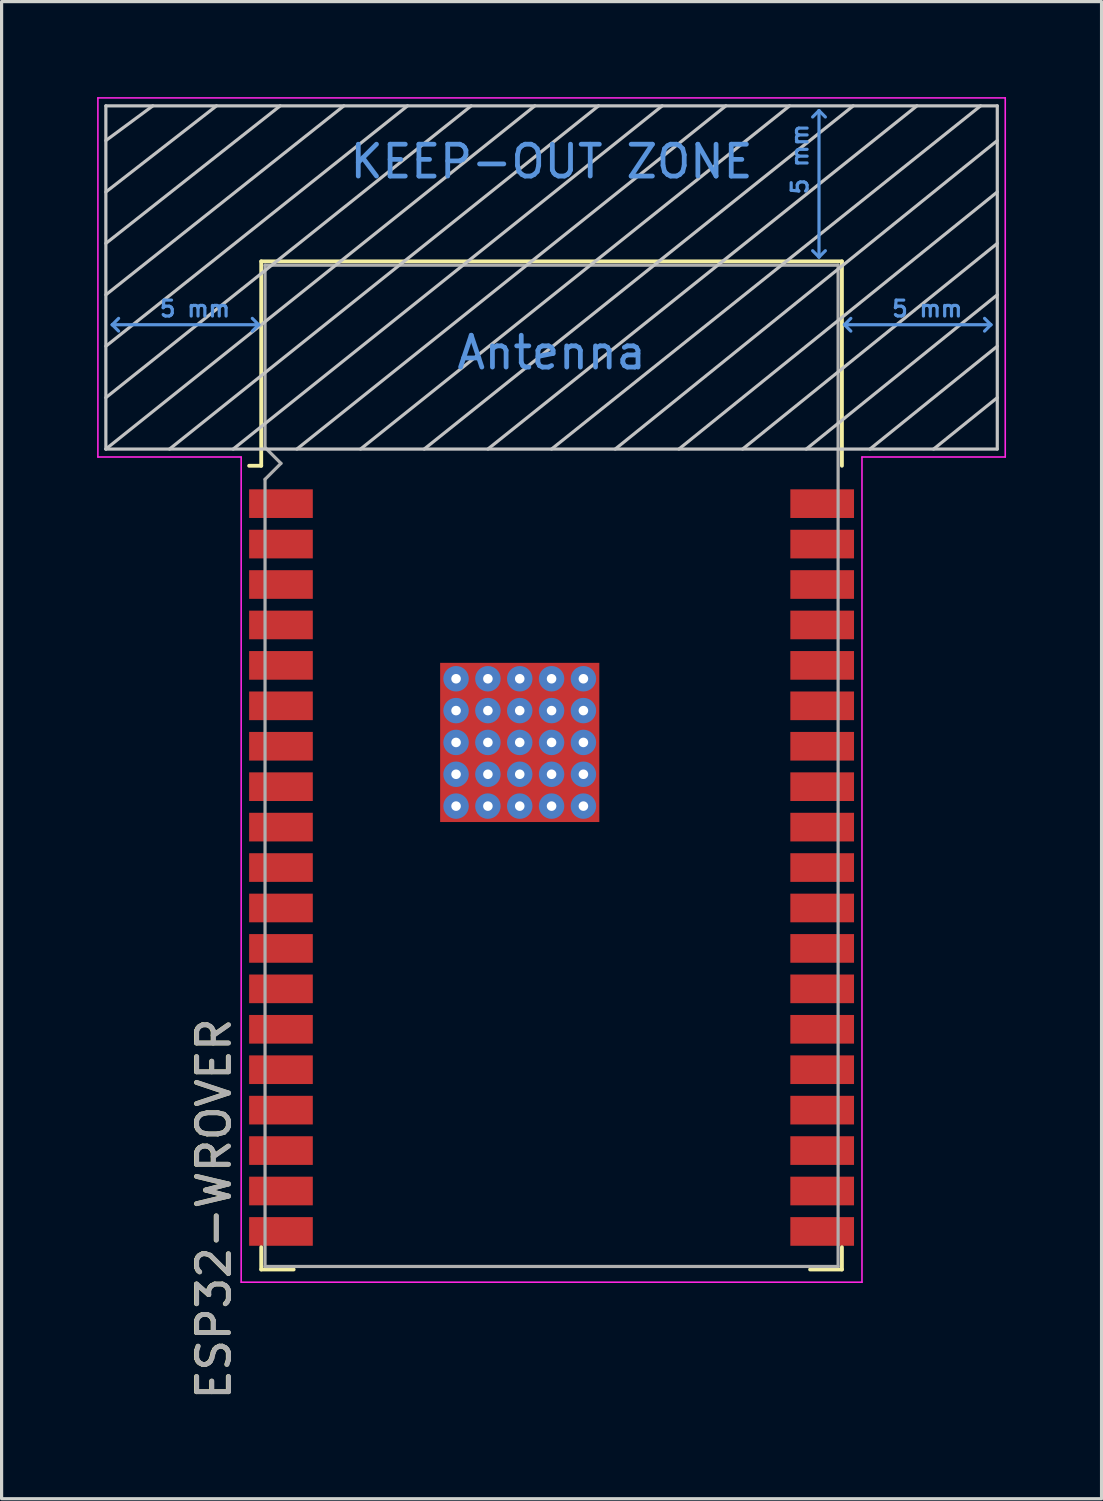
<source format=kicad_pcb>
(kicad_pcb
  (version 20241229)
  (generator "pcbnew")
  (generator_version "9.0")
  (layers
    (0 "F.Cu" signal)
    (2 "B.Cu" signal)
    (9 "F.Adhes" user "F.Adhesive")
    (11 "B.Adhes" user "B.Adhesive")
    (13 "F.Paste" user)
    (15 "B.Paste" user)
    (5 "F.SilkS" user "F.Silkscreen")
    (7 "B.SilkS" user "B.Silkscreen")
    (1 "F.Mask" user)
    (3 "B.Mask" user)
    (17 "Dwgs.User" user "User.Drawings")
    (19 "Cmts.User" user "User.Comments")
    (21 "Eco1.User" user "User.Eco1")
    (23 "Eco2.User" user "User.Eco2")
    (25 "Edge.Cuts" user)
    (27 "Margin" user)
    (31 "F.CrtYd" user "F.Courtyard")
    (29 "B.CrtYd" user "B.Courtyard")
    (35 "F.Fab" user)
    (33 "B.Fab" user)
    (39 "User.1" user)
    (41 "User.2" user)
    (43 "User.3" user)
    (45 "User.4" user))
  (footprint "ESP32-WROVER"
    (layer "F.Cu")
    (at 14.275 21.025)
    (property "Reference" "ESP32-WROVER" (at -10.61 13.9 90) (layer "F.SilkS") (effects (font (size 1 1) (thickness 0.15))))
    (attr smd)
    (fp_line (start -9.12 -15.865) (end -9.12 -9.445) (stroke (width 0.12) (type solid)) (layer "F.SilkS"))
    (fp_line (start -9.12 -15.865) (end 9.12 -15.865) (stroke (width 0.12) (type solid)) (layer "F.SilkS"))
    (fp_line (start -9.12 -9.445) (end -9.5 -9.445) (stroke (width 0.12) (type solid)) (layer "F.SilkS"))
    (fp_line (start -9.12 15.1) (end -9.12 15.8) (stroke (width 0.12) (type solid)) (layer "F.SilkS"))
    (fp_line (start -9.12 15.8) (end -8.1 15.8) (stroke (width 0.12) (type solid)) (layer "F.SilkS"))
    (fp_line (start 9.12 -15.865) (end 9.12 -9.445) (stroke (width 0.12) (type solid)) (layer "F.SilkS"))
    (fp_line (start 9.12 15.1) (end 9.12 15.8) (stroke (width 0.12) (type solid)) (layer "F.SilkS"))
    (fp_line (start 9.12 15.8) (end 8.12 15.8) (stroke (width 0.12) (type solid)) (layer "F.SilkS"))
    (fp_line (start -14 -9.97) (end -14 -20.75) (stroke (width 0.1) (type solid)) (layer "Dwgs.User"))
    (fp_line (start -12.525 -20.75) (end -14 -19.66) (stroke (width 0.1) (type solid)) (layer "Dwgs.User"))
    (fp_line (start -10.525 -20.75) (end -14 -18.045) (stroke (width 0.1) (type solid)) (layer "Dwgs.User"))
    (fp_line (start -8.525 -20.75) (end -14 -16.43) (stroke (width 0.1) (type solid)) (layer "Dwgs.User"))
    (fp_line (start -8 -9.97) (end 5.475 -20.75) (stroke (width 0.1) (type solid)) (layer "Dwgs.User"))
    (fp_line (start -6.525 -20.75) (end -14 -14.815) (stroke (width 0.1) (type solid)) (layer "Dwgs.User"))
    (fp_line (start -4.525 -20.75) (end -14 -13.2) (stroke (width 0.1) (type solid)) (layer "Dwgs.User"))
    (fp_line (start -2.525 -20.75) (end -14 -11.585) (stroke (width 0.1) (type solid)) (layer "Dwgs.User"))
    (fp_line (start -0.525 -20.75) (end -14 -9.97) (stroke (width 0.1) (type solid)) (layer "Dwgs.User"))
    (fp_line (start 1.475 -20.75) (end -12 -9.97) (stroke (width 0.1) (type solid)) (layer "Dwgs.User"))
    (fp_line (start 3.475 -20.75) (end -10 -9.97) (stroke (width 0.1) (type solid)) (layer "Dwgs.User"))
    (fp_line (start 7.475 -20.75) (end -6 -9.97) (stroke (width 0.1) (type solid)) (layer "Dwgs.User"))
    (fp_line (start 9.475 -20.75) (end -4 -9.97) (stroke (width 0.1) (type solid)) (layer "Dwgs.User"))
    (fp_line (start 11.475 -20.75) (end -2 -9.97) (stroke (width 0.1) (type solid)) (layer "Dwgs.User"))
    (fp_line (start 13.475 -20.75) (end 0 -9.97) (stroke (width 0.1) (type solid)) (layer "Dwgs.User"))
    (fp_line (start 14 -20.75) (end -14 -20.75) (stroke (width 0.1) (type solid)) (layer "Dwgs.User"))
    (fp_line (start 14 -19.66) (end 2 -9.97) (stroke (width 0.1) (type solid)) (layer "Dwgs.User"))
    (fp_line (start 14 -18.045) (end 4 -9.97) (stroke (width 0.1) (type solid)) (layer "Dwgs.User"))
    (fp_line (start 14 -16.43) (end 6 -9.97) (stroke (width 0.1) (type solid)) (layer "Dwgs.User"))
    (fp_line (start 14 -14.815) (end 8 -9.97) (stroke (width 0.1) (type solid)) (layer "Dwgs.User"))
    (fp_line (start 14 -13.2) (end 10 -9.97) (stroke (width 0.1) (type solid)) (layer "Dwgs.User"))
    (fp_line (start 14 -11.585) (end 12 -9.97) (stroke (width 0.1) (type solid)) (layer "Dwgs.User"))
    (fp_line (start 14 -9.97) (end -14 -9.97) (stroke (width 0.1) (type solid)) (layer "Dwgs.User"))
    (fp_line (start 14 -9.97) (end 14 -20.75) (stroke (width 0.1) (type solid)) (layer "Dwgs.User"))
    (fp_line (start -13.8 -13.875) (end -13.6 -14.075) (stroke (width 0.1) (type solid)) (layer "Cmts.User"))
    (fp_line (start -13.8 -13.875) (end -13.6 -13.675) (stroke (width 0.1) (type solid)) (layer "Cmts.User"))
    (fp_line (start -13.8 -13.875) (end -9.2 -13.875) (stroke (width 0.1) (type solid)) (layer "Cmts.User"))
    (fp_line (start -9.2 -13.875) (end -9.4 -14.075) (stroke (width 0.1) (type solid)) (layer "Cmts.User"))
    (fp_line (start -9.2 -13.875) (end -9.4 -13.675) (stroke (width 0.1) (type solid)) (layer "Cmts.User"))
    (fp_line (start 8.4 -20.6) (end 8.2 -20.4) (stroke (width 0.1) (type solid)) (layer "Cmts.User"))
    (fp_line (start 8.4 -20.6) (end 8.6 -20.4) (stroke (width 0.1) (type solid)) (layer "Cmts.User"))
    (fp_line (start 8.4 -16) (end 8.2 -16.2) (stroke (width 0.1) (type solid)) (layer "Cmts.User"))
    (fp_line (start 8.4 -16) (end 8.4 -20.6) (stroke (width 0.1) (type solid)) (layer "Cmts.User"))
    (fp_line (start 8.4 -16) (end 8.6 -16.2) (stroke (width 0.1) (type solid)) (layer "Cmts.User"))
    (fp_line (start 9.2 -13.875) (end 9.4 -14.075) (stroke (width 0.1) (type solid)) (layer "Cmts.User"))
    (fp_line (start 9.2 -13.875) (end 9.4 -13.675) (stroke (width 0.1) (type solid)) (layer "Cmts.User"))
    (fp_line (start 9.2 -13.875) (end 13.8 -13.875) (stroke (width 0.1) (type solid)) (layer "Cmts.User"))
    (fp_line (start 13.8 -13.875) (end 13.6 -14.075) (stroke (width 0.1) (type solid)) (layer "Cmts.User"))
    (fp_line (start 13.8 -13.875) (end 13.6 -13.675) (stroke (width 0.1) (type solid)) (layer "Cmts.User"))
    (fp_line (start -14.25 -21) (end -14.25 -9.72) (stroke (width 0.05) (type solid)) (layer "F.CrtYd"))
    (fp_line (start -14.25 -21) (end 14.25 -21) (stroke (width 0.05) (type solid)) (layer "F.CrtYd"))
    (fp_line (start -14.25 -9.72) (end -9.75 -9.72) (stroke (width 0.05) (type solid)) (layer "F.CrtYd"))
    (fp_line (start -9.75 16.2) (end -9.75 -9.72) (stroke (width 0.05) (type solid)) (layer "F.CrtYd"))
    (fp_line (start -9.75 16.2) (end 9.75 16.2) (stroke (width 0.05) (type solid)) (layer "F.CrtYd"))
    (fp_line (start 9.75 -9.72) (end 9.75 16.2) (stroke (width 0.05) (type solid)) (layer "F.CrtYd"))
    (fp_line (start 9.75 -9.72) (end 14.25 -9.72) (stroke (width 0.05) (type solid)) (layer "F.CrtYd"))
    (fp_line (start 14.25 -21) (end 14.25 -9.72) (stroke (width 0.05) (type solid)) (layer "F.CrtYd"))
    (fp_line (start -9 -15.745) (end -9 -10.02) (stroke (width 0.1) (type solid)) (layer "F.Fab"))
    (fp_line (start -9 -15.745) (end 9 -15.745) (stroke (width 0.1) (type solid)) (layer "F.Fab"))
    (fp_line (start -9 -9.02) (end -9 15.705) (stroke (width 0.1) (type solid)) (layer "F.Fab"))
    (fp_line (start -9 -9.02) (end -8.5 -9.52) (stroke (width 0.1) (type solid)) (layer "F.Fab"))
    (fp_line (start -9 15.705) (end 9 15.705) (stroke (width 0.1) (type solid)) (layer "F.Fab"))
    (fp_line (start -8.5 -9.52) (end -9 -10.02) (stroke (width 0.1) (type solid)) (layer "F.Fab"))
    (fp_line (start 9 15.705) (end 9 -15.745) (stroke (width 0.1) (type solid)) (layer "F.Fab"))
    (fp_text user "Antenna" (at 0 -13 0) (layer "Cmts.User") (effects (font (size 1 1) (thickness 0.15))))
    (fp_text user "5 mm" (at 7.8 -19.075 90) (layer "Cmts.User") (effects (font (size 0.5 0.5) (thickness 0.1))))
    (fp_text user "KEEP-OUT ZONE" (at 0 -19 0) (layer "Cmts.User") (effects (font (size 1 1) (thickness 0.15))))
    (fp_text user "5 mm" (at 11.8 -14.375 0) (layer "Cmts.User") (effects (font (size 0.5 0.5) (thickness 0.1))))
    (fp_text user "5 mm" (at -11.2 -14.375 0) (layer "Cmts.User") (effects (font (size 0.5 0.5) (thickness 0.1))))
    (fp_text user "${REFERENCE}" (at -10.6 13.9 90) (layer "F.Fab") (effects (font (size 1 1) (thickness 0.15))))
    (pad "1" smd rect (at -8.5 -8.255) (size 2 0.9) (layers "F.Cu" "F.Mask" "F.Paste"))
    (pad "2" smd rect (at -8.5 -6.985) (size 2 0.9) (layers "F.Cu" "F.Mask" "F.Paste"))
    (pad "3" smd rect (at -8.5 -5.715) (size 2 0.9) (layers "F.Cu" "F.Mask" "F.Paste"))
    (pad "4" smd rect (at -8.5 -4.445) (size 2 0.9) (layers "F.Cu" "F.Mask" "F.Paste"))
    (pad "5" smd rect (at -8.5 -3.175) (size 2 0.9) (layers "F.Cu" "F.Mask" "F.Paste"))
    (pad "6" smd rect (at -8.5 -1.905) (size 2 0.9) (layers "F.Cu" "F.Mask" "F.Paste"))
    (pad "7" smd rect (at -8.5 -0.635) (size 2 0.9) (layers "F.Cu" "F.Mask" "F.Paste"))
    (pad "8" smd rect (at -8.5 0.635) (size 2 0.9) (layers "F.Cu" "F.Mask" "F.Paste"))
    (pad "9" smd rect (at -8.5 1.905) (size 2 0.9) (layers "F.Cu" "F.Mask" "F.Paste"))
    (pad "10" smd rect (at -8.5 3.175) (size 2 0.9) (layers "F.Cu" "F.Mask" "F.Paste"))
    (pad "11" smd rect (at -8.5 4.445) (size 2 0.9) (layers "F.Cu" "F.Mask" "F.Paste"))
    (pad "12" smd rect (at -8.5 5.715) (size 2 0.9) (layers "F.Cu" "F.Mask" "F.Paste"))
    (pad "13" smd rect (at -8.5 6.985) (size 2 0.9) (layers "F.Cu" "F.Mask" "F.Paste"))
    (pad "14" smd rect (at -8.5 8.255) (size 2 0.9) (layers "F.Cu" "F.Mask" "F.Paste"))
    (pad "15" smd rect (at -8.5 9.525) (size 2 0.9) (layers "F.Cu" "F.Mask" "F.Paste"))
    (pad "16" smd rect (at -8.5 10.795) (size 2 0.9) (layers "F.Cu" "F.Mask" "F.Paste"))
    (pad "17" smd rect (at -8.5 12.065) (size 2 0.9) (layers "F.Cu" "F.Mask" "F.Paste"))
    (pad "18" smd rect (at -8.5 13.335) (size 2 0.9) (layers "F.Cu" "F.Mask" "F.Paste"))
    (pad "19" smd rect (at -8.5 14.605) (size 2 0.9) (layers "F.Cu" "F.Mask" "F.Paste"))
    (pad "20" smd rect (at 8.5 14.605) (size 2 0.9) (layers "F.Cu" "F.Mask" "F.Paste"))
    (pad "21" smd rect (at 8.5 13.335) (size 2 0.9) (layers "F.Cu" "F.Mask" "F.Paste"))
    (pad "22" smd rect (at 8.5 12.065) (size 2 0.9) (layers "F.Cu" "F.Mask" "F.Paste"))
    (pad "23" smd rect (at 8.5 10.795) (size 2 0.9) (layers "F.Cu" "F.Mask" "F.Paste"))
    (pad "24" smd rect (at 8.5 9.525) (size 2 0.9) (layers "F.Cu" "F.Mask" "F.Paste"))
    (pad "25" smd rect (at 8.5 8.255) (size 2 0.9) (layers "F.Cu" "F.Mask" "F.Paste"))
    (pad "26" smd rect (at 8.5 6.985) (size 2 0.9) (layers "F.Cu" "F.Mask" "F.Paste"))
    (pad "27" smd rect (at 8.5 5.715) (size 2 0.9) (layers "F.Cu" "F.Mask" "F.Paste"))
    (pad "28" smd rect (at 8.5 4.445) (size 2 0.9) (layers "F.Cu" "F.Mask" "F.Paste"))
    (pad "29" smd rect (at 8.5 3.175) (size 2 0.9) (layers "F.Cu" "F.Mask" "F.Paste"))
    (pad "30" smd rect (at 8.5 1.905) (size 2 0.9) (layers "F.Cu" "F.Mask" "F.Paste"))
    (pad "31" smd rect (at 8.5 0.635) (size 2 0.9) (layers "F.Cu" "F.Mask" "F.Paste"))
    (pad "32" smd rect (at 8.5 -0.635) (size 2 0.9) (layers "F.Cu" "F.Mask" "F.Paste"))
    (pad "33" smd rect (at 8.5 -1.905) (size 2 0.9) (layers "F.Cu" "F.Mask" "F.Paste"))
    (pad "34" smd rect (at 8.5 -3.175) (size 2 0.9) (layers "F.Cu" "F.Mask" "F.Paste"))
    (pad "35" smd rect (at 8.5 -4.445) (size 2 0.9) (layers "F.Cu" "F.Mask" "F.Paste"))
    (pad "36" smd rect (at 8.5 -5.715) (size 2 0.9) (layers "F.Cu" "F.Mask" "F.Paste"))
    (pad "37" smd rect (at 8.5 -6.985) (size 2 0.9) (layers "F.Cu" "F.Mask" "F.Paste"))
    (pad "38" smd rect (at 8.5 -8.255) (size 2 0.9) (layers "F.Cu" "F.Mask" "F.Paste"))
    (pad "39" thru_hole circle (at -3 -2.755) (size 0.8 0.8) (drill 0.3) (layers "*.Cu" "F.Mask"))
    (pad "39" thru_hole circle (at -3 -1.755) (size 0.8 0.8) (drill 0.3) (layers "*.Cu" "F.Mask"))
    (pad "39" thru_hole circle (at -3 -0.755) (size 0.8 0.8) (drill 0.3) (layers "*.Cu" "F.Mask"))
    (pad "39" thru_hole circle (at -3 0.245) (size 0.8 0.8) (drill 0.3) (layers "*.Cu" "F.Mask"))
    (pad "39" thru_hole circle (at -3 1.245) (size 0.8 0.8) (drill 0.3) (layers "*.Cu" "F.Mask"))
    (pad "39" thru_hole circle (at -2 -2.755) (size 0.8 0.8) (drill 0.3) (layers "*.Cu" "F.Mask"))
    (pad "39" thru_hole circle (at -2 -1.755) (size 0.8 0.8) (drill 0.3) (layers "*.Cu" "F.Mask"))
    (pad "39" thru_hole circle (at -2 -0.755) (size 0.8 0.8) (drill 0.3) (layers "*.Cu" "F.Mask"))
    (pad "39" thru_hole circle (at -2 0.245) (size 0.8 0.8) (drill 0.3) (layers "*.Cu" "F.Mask"))
    (pad "39" thru_hole circle (at -2 1.245) (size 0.8 0.8) (drill 0.3) (layers "*.Cu" "F.Mask"))
    (pad "39" thru_hole circle (at -1 -2.755) (size 0.8 0.8) (drill 0.3) (layers "*.Cu" "F.Mask"))
    (pad "39" thru_hole circle (at -1 -1.755) (size 0.8 0.8) (drill 0.3) (layers "*.Cu" "F.Mask"))
    (pad "39" thru_hole circle (at -1 -0.755) (size 0.8 0.8) (drill 0.3) (layers "*.Cu" "F.Mask"))
    (pad "39" smd rect (at -1 -0.755) (size 5 5) (layers "F.Cu" "F.Mask" "F.Paste"))
    (pad "39" thru_hole circle (at -1 0.245) (size 0.8 0.8) (drill 0.3) (layers "*.Cu" "F.Mask"))
    (pad "39" thru_hole circle (at -1 1.245) (size 0.8 0.8) (drill 0.3) (layers "*.Cu" "F.Mask"))
    (pad "39" thru_hole circle (at 0 -2.755) (size 0.8 0.8) (drill 0.3) (layers "*.Cu" "F.Mask"))
    (pad "39" thru_hole circle (at 0 -1.755) (size 0.8 0.8) (drill 0.3) (layers "*.Cu" "F.Mask"))
    (pad "39" thru_hole circle (at 0 -0.755) (size 0.8 0.8) (drill 0.3) (layers "*.Cu" "F.Mask"))
    (pad "39" thru_hole circle (at 0 0.245) (size 0.8 0.8) (drill 0.3) (layers "*.Cu" "F.Mask"))
    (pad "39" thru_hole circle (at 0 1.245) (size 0.8 0.8) (drill 0.3) (layers "*.Cu" "F.Mask"))
    (pad "39" thru_hole circle (at 1 -2.755) (size 0.8 0.8) (drill 0.3) (layers "*.Cu" "F.Mask"))
    (pad "39" thru_hole circle (at 1 -1.755) (size 0.8 0.8) (drill 0.3) (layers "*.Cu" "F.Mask"))
    (pad "39" thru_hole circle (at 1 -0.755) (size 0.8 0.8) (drill 0.3) (layers "*.Cu" "F.Mask"))
    (pad "39" thru_hole circle (at 1 0.245) (size 0.8 0.8) (drill 0.3) (layers "*.Cu" "F.Mask"))
    (pad "39" thru_hole circle (at 1 1.245) (size 0.8 0.8) (drill 0.3) (layers "*.Cu" "F.Mask")))
  (gr_rect
    (start -3 -3)
    (end 31.55 44.026)
    (stroke (width 0.1) (type default))
    (fill no)
    (layer "Edge.Cuts")))
</source>
